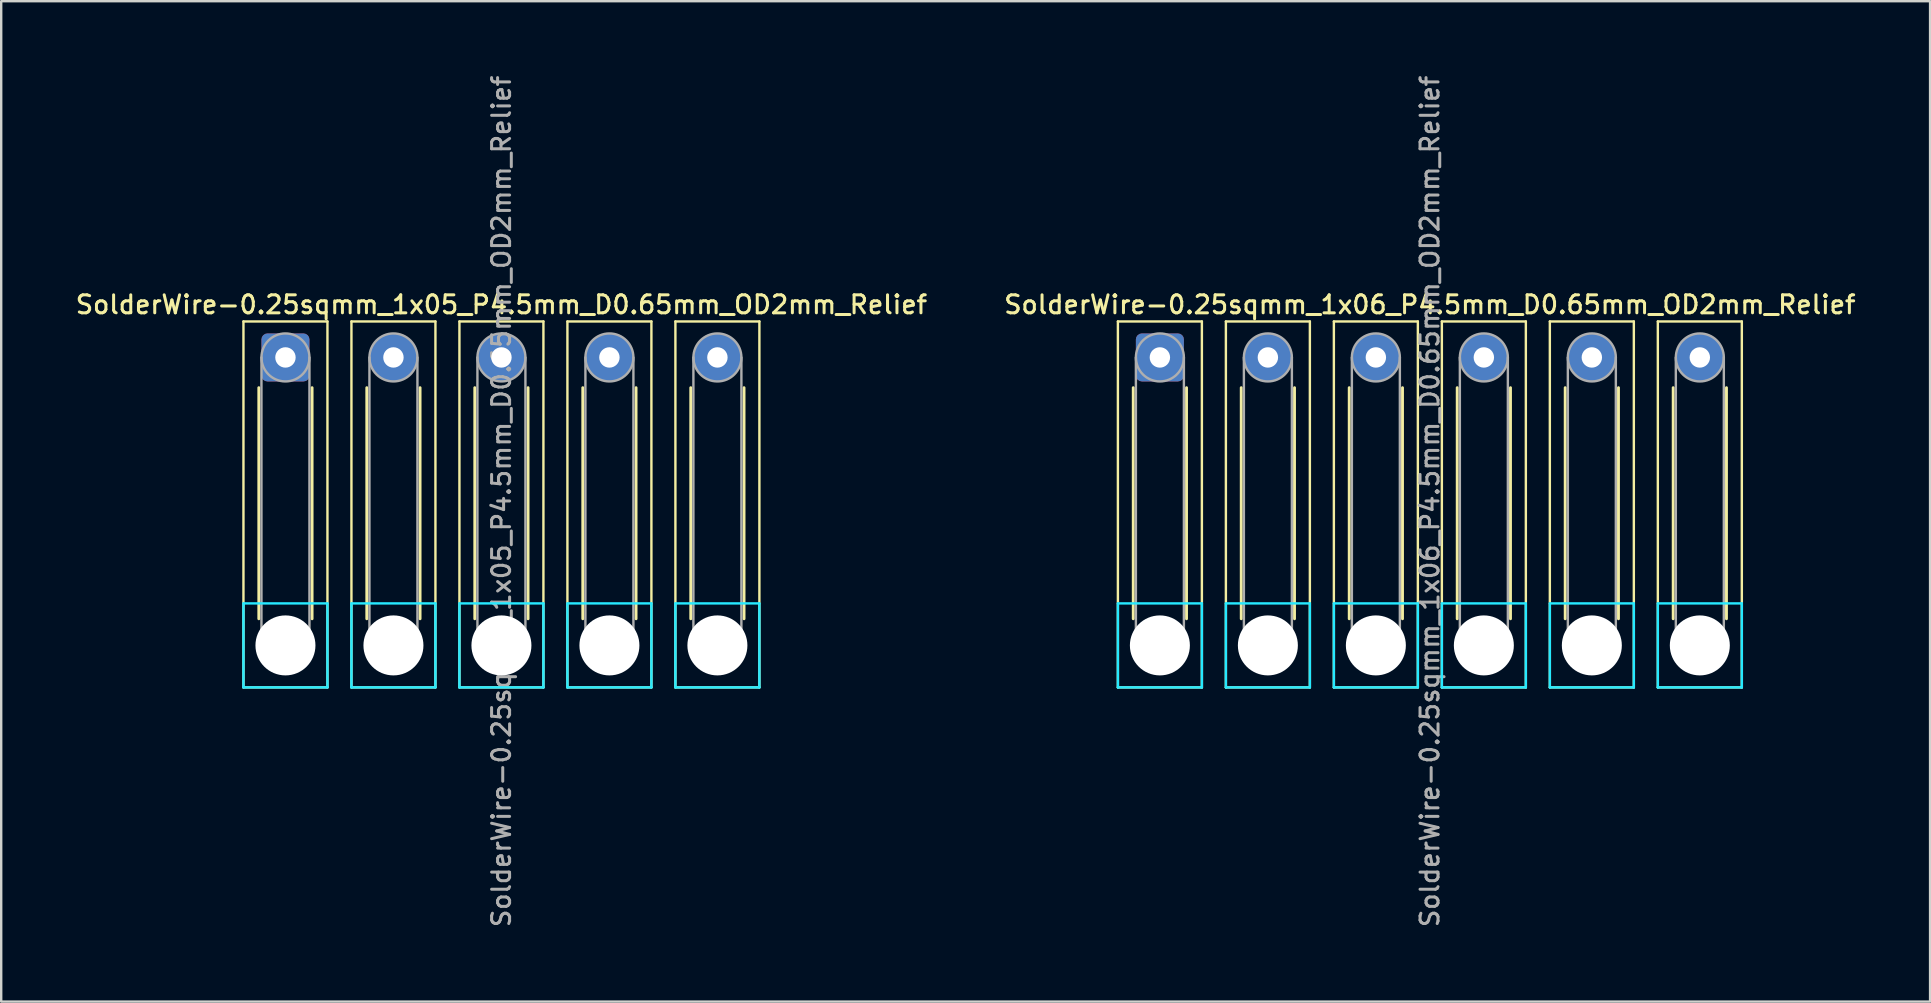
<source format=kicad_pcb>
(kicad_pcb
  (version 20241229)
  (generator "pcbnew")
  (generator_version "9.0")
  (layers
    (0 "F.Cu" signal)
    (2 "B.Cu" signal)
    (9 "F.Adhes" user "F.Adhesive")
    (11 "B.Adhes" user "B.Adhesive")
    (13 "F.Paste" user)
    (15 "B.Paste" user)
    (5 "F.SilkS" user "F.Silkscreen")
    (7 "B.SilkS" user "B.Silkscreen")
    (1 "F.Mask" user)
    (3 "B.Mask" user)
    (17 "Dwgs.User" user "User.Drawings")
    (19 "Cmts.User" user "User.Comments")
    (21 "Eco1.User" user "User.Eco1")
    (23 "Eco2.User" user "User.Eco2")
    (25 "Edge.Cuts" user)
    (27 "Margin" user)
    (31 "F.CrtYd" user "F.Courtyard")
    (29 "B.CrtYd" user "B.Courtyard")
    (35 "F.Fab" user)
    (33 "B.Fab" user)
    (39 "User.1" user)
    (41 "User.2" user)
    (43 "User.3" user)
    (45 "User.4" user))
  (footprint "SolderWire-0.25sqmm_1x06_P4.5mm_D0.65mm_OD2mm_Relief"
    (layer "F.Cu")
    (at 45.284 11.845)
    (property "Reference" "SolderWire-0.25sqmm_1x06_P4.5mm_D0.65mm_OD2mm_Relief" (at 11.25 -2.2 0) (layer "F.SilkS") (effects (font (size 0.75 0.75) (thickness 0.125))))
    (attr exclude_from_pos_files exclude_from_bom)
    (fp_line (start -1.75 -1.5) (end -1.75 13.75) (stroke (width 0.1) (type solid)) (layer "F.SilkS"))
    (fp_line (start -1.75 13.75) (end 1.75 13.75) (stroke (width 0.1) (type solid)) (layer "F.SilkS"))
    (fp_line (start -1.11 1.26) (end -1.11 10.89) (stroke (width 0.12) (type solid)) (layer "F.SilkS"))
    (fp_line (start 1.11 1.26) (end 1.11 10.89) (stroke (width 0.12) (type solid)) (layer "F.SilkS"))
    (fp_line (start 1.75 -1.5) (end -1.75 -1.5) (stroke (width 0.1) (type solid)) (layer "F.SilkS"))
    (fp_line (start 1.75 13.75) (end 1.75 -1.5) (stroke (width 0.1) (type solid)) (layer "F.SilkS"))
    (fp_line (start 2.75 -1.5) (end 2.75 13.75) (stroke (width 0.1) (type solid)) (layer "F.SilkS"))
    (fp_line (start 2.75 13.75) (end 6.25 13.75) (stroke (width 0.1) (type solid)) (layer "F.SilkS"))
    (fp_line (start 3.39 1.26) (end 3.39 10.89) (stroke (width 0.12) (type solid)) (layer "F.SilkS"))
    (fp_line (start 5.61 1.26) (end 5.61 10.89) (stroke (width 0.12) (type solid)) (layer "F.SilkS"))
    (fp_line (start 6.25 -1.5) (end 2.75 -1.5) (stroke (width 0.1) (type solid)) (layer "F.SilkS"))
    (fp_line (start 6.25 13.75) (end 6.25 -1.5) (stroke (width 0.1) (type solid)) (layer "F.SilkS"))
    (fp_line (start 7.25 -1.5) (end 7.25 13.75) (stroke (width 0.1) (type solid)) (layer "F.SilkS"))
    (fp_line (start 7.25 13.75) (end 10.75 13.75) (stroke (width 0.1) (type solid)) (layer "F.SilkS"))
    (fp_line (start 7.89 1.26) (end 7.89 10.89) (stroke (width 0.12) (type solid)) (layer "F.SilkS"))
    (fp_line (start 10.11 1.26) (end 10.11 10.89) (stroke (width 0.12) (type solid)) (layer "F.SilkS"))
    (fp_line (start 10.75 -1.5) (end 7.25 -1.5) (stroke (width 0.1) (type solid)) (layer "F.SilkS"))
    (fp_line (start 10.75 13.75) (end 10.75 -1.5) (stroke (width 0.1) (type solid)) (layer "F.SilkS"))
    (fp_line (start 11.75 -1.5) (end 11.75 13.75) (stroke (width 0.1) (type solid)) (layer "F.SilkS"))
    (fp_line (start 11.75 13.75) (end 15.25 13.75) (stroke (width 0.1) (type solid)) (layer "F.SilkS"))
    (fp_line (start 12.39 1.26) (end 12.39 10.89) (stroke (width 0.12) (type solid)) (layer "F.SilkS"))
    (fp_line (start 14.61 1.26) (end 14.61 10.89) (stroke (width 0.12) (type solid)) (layer "F.SilkS"))
    (fp_line (start 15.25 -1.5) (end 11.75 -1.5) (stroke (width 0.1) (type solid)) (layer "F.SilkS"))
    (fp_line (start 15.25 13.75) (end 15.25 -1.5) (stroke (width 0.1) (type solid)) (layer "F.SilkS"))
    (fp_line (start 16.25 -1.5) (end 16.25 13.75) (stroke (width 0.1) (type solid)) (layer "F.SilkS"))
    (fp_line (start 16.25 13.75) (end 19.75 13.75) (stroke (width 0.1) (type solid)) (layer "F.SilkS"))
    (fp_line (start 16.89 1.26) (end 16.89 10.89) (stroke (width 0.12) (type solid)) (layer "F.SilkS"))
    (fp_line (start 19.11 1.26) (end 19.11 10.89) (stroke (width 0.12) (type solid)) (layer "F.SilkS"))
    (fp_line (start 19.75 -1.5) (end 16.25 -1.5) (stroke (width 0.1) (type solid)) (layer "F.SilkS"))
    (fp_line (start 19.75 13.75) (end 19.75 -1.5) (stroke (width 0.1) (type solid)) (layer "F.SilkS"))
    (fp_line (start 20.75 -1.5) (end 20.75 13.75) (stroke (width 0.1) (type solid)) (layer "F.SilkS"))
    (fp_line (start 20.75 13.75) (end 24.25 13.75) (stroke (width 0.1) (type solid)) (layer "F.SilkS"))
    (fp_line (start 21.39 1.26) (end 21.39 10.89) (stroke (width 0.12) (type solid)) (layer "F.SilkS"))
    (fp_line (start 23.61 1.26) (end 23.61 10.89) (stroke (width 0.12) (type solid)) (layer "F.SilkS"))
    (fp_line (start 24.25 -1.5) (end 20.75 -1.5) (stroke (width 0.1) (type solid)) (layer "F.SilkS"))
    (fp_line (start 24.25 13.75) (end 24.25 -1.5) (stroke (width 0.1) (type solid)) (layer "F.SilkS"))
    (fp_line (start -1.75 10.25) (end -1.75 13.75) (stroke (width 0.1) (type solid)) (layer "B.CrtYd"))
    (fp_line (start -1.75 13.75) (end 1.75 13.75) (stroke (width 0.1) (type solid)) (layer "B.CrtYd"))
    (fp_line (start 1.75 10.25) (end -1.75 10.25) (stroke (width 0.1) (type solid)) (layer "B.CrtYd"))
    (fp_line (start 1.75 13.75) (end 1.75 10.25) (stroke (width 0.1) (type solid)) (layer "B.CrtYd"))
    (fp_line (start 2.75 10.25) (end 2.75 13.75) (stroke (width 0.1) (type solid)) (layer "B.CrtYd"))
    (fp_line (start 2.75 13.75) (end 6.25 13.75) (stroke (width 0.1) (type solid)) (layer "B.CrtYd"))
    (fp_line (start 6.25 10.25) (end 2.75 10.25) (stroke (width 0.1) (type solid)) (layer "B.CrtYd"))
    (fp_line (start 6.25 13.75) (end 6.25 10.25) (stroke (width 0.1) (type solid)) (layer "B.CrtYd"))
    (fp_line (start 7.25 10.25) (end 7.25 13.75) (stroke (width 0.1) (type solid)) (layer "B.CrtYd"))
    (fp_line (start 7.25 13.75) (end 10.75 13.75) (stroke (width 0.1) (type solid)) (layer "B.CrtYd"))
    (fp_line (start 10.75 10.25) (end 7.25 10.25) (stroke (width 0.1) (type solid)) (layer "B.CrtYd"))
    (fp_line (start 10.75 13.75) (end 10.75 10.25) (stroke (width 0.1) (type solid)) (layer "B.CrtYd"))
    (fp_line (start 11.75 10.25) (end 11.75 13.75) (stroke (width 0.1) (type solid)) (layer "B.CrtYd"))
    (fp_line (start 11.75 13.75) (end 15.25 13.75) (stroke (width 0.1) (type solid)) (layer "B.CrtYd"))
    (fp_line (start 15.25 10.25) (end 11.75 10.25) (stroke (width 0.1) (type solid)) (layer "B.CrtYd"))
    (fp_line (start 15.25 13.75) (end 15.25 10.25) (stroke (width 0.1) (type solid)) (layer "B.CrtYd"))
    (fp_line (start 16.25 10.25) (end 16.25 13.75) (stroke (width 0.1) (type solid)) (layer "B.CrtYd"))
    (fp_line (start 16.25 13.75) (end 19.75 13.75) (stroke (width 0.1) (type solid)) (layer "B.CrtYd"))
    (fp_line (start 19.75 10.25) (end 16.25 10.25) (stroke (width 0.1) (type solid)) (layer "B.CrtYd"))
    (fp_line (start 19.75 13.75) (end 19.75 10.25) (stroke (width 0.1) (type solid)) (layer "B.CrtYd"))
    (fp_line (start 20.75 10.25) (end 20.75 13.75) (stroke (width 0.1) (type solid)) (layer "B.CrtYd"))
    (fp_line (start 20.75 13.75) (end 24.25 13.75) (stroke (width 0.1) (type solid)) (layer "B.CrtYd"))
    (fp_line (start 24.25 10.25) (end 20.75 10.25) (stroke (width 0.1) (type solid)) (layer "B.CrtYd"))
    (fp_line (start 24.25 13.75) (end 24.25 10.25) (stroke (width 0.1) (type solid)) (layer "B.CrtYd"))
    (fp_line (start -1 0) (end -1 12) (stroke (width 0.1) (type solid)) (layer "F.Fab"))
    (fp_line (start 1 0) (end 1 12) (stroke (width 0.1) (type solid)) (layer "F.Fab"))
    (fp_line (start 3.5 0) (end 3.5 12) (stroke (width 0.1) (type solid)) (layer "F.Fab"))
    (fp_line (start 5.5 0) (end 5.5 12) (stroke (width 0.1) (type solid)) (layer "F.Fab"))
    (fp_line (start 8 0) (end 8 12) (stroke (width 0.1) (type solid)) (layer "F.Fab"))
    (fp_line (start 10 0) (end 10 12) (stroke (width 0.1) (type solid)) (layer "F.Fab"))
    (fp_line (start 12.5 0) (end 12.5 12) (stroke (width 0.1) (type solid)) (layer "F.Fab"))
    (fp_line (start 14.5 0) (end 14.5 12) (stroke (width 0.1) (type solid)) (layer "F.Fab"))
    (fp_line (start 17 0) (end 17 12) (stroke (width 0.1) (type solid)) (layer "F.Fab"))
    (fp_line (start 19 0) (end 19 12) (stroke (width 0.1) (type solid)) (layer "F.Fab"))
    (fp_line (start 21.5 0) (end 21.5 12) (stroke (width 0.1) (type solid)) (layer "F.Fab"))
    (fp_line (start 23.5 0) (end 23.5 12) (stroke (width 0.1) (type solid)) (layer "F.Fab"))
    (fp_circle (center 0 0) (end 1 0) (stroke (width 0.1) (type solid)) (fill no) (layer "F.Fab"))
    (fp_circle (center 0 12) (end 1 12) (stroke (width 0.1) (type solid)) (fill no) (layer "F.Fab"))
    (fp_circle (center 4.5 0) (end 5.5 0) (stroke (width 0.1) (type solid)) (fill no) (layer "F.Fab"))
    (fp_circle (center 4.5 12) (end 5.5 12) (stroke (width 0.1) (type solid)) (fill no) (layer "F.Fab"))
    (fp_circle (center 9 0) (end 10 0) (stroke (width 0.1) (type solid)) (fill no) (layer "F.Fab"))
    (fp_circle (center 9 12) (end 10 12) (stroke (width 0.1) (type solid)) (fill no) (layer "F.Fab"))
    (fp_circle (center 13.5 0) (end 14.5 0) (stroke (width 0.1) (type solid)) (fill no) (layer "F.Fab"))
    (fp_circle (center 13.5 12) (end 14.5 12) (stroke (width 0.1) (type solid)) (fill no) (layer "F.Fab"))
    (fp_circle (center 18 0) (end 19 0) (stroke (width 0.1) (type solid)) (fill no) (layer "F.Fab"))
    (fp_circle (center 18 12) (end 19 12) (stroke (width 0.1) (type solid)) (fill no) (layer "F.Fab"))
    (fp_circle (center 22.5 0) (end 23.5 0) (stroke (width 0.1) (type solid)) (fill no) (layer "F.Fab"))
    (fp_circle (center 22.5 12) (end 23.5 12) (stroke (width 0.1) (type solid)) (fill no) (layer "F.Fab"))
    (fp_text user "${REFERENCE}" (at 11.25 6 90) (layer "F.Fab") (effects (font (size 0.75 0.75) (thickness 0.125))))
    (pad "" np_thru_hole circle (at 0 12) (size 2.5 2.5) (drill 2.5) (layers "*.Cu" "*.Mask"))
    (pad "" np_thru_hole circle (at 4.5 12) (size 2.5 2.5) (drill 2.5) (layers "*.Cu" "*.Mask"))
    (pad "" np_thru_hole circle (at 9 12) (size 2.5 2.5) (drill 2.5) (layers "*.Cu" "*.Mask"))
    (pad "" np_thru_hole circle (at 13.5 12) (size 2.5 2.5) (drill 2.5) (layers "*.Cu" "*.Mask"))
    (pad "" np_thru_hole circle (at 18 12) (size 2.5 2.5) (drill 2.5) (layers "*.Cu" "*.Mask"))
    (pad "" np_thru_hole circle (at 22.5 12) (size 2.5 2.5) (drill 2.5) (layers "*.Cu" "*.Mask"))
    (pad "1" thru_hole roundrect (at 0 0) (size 2 2) (drill 0.85) (layers "*.Cu" "*.Mask") (roundrect_rratio 0.125))
    (pad "2" thru_hole circle (at 4.5 0) (size 2 2) (drill 0.85) (layers "*.Cu" "*.Mask"))
    (pad "3" thru_hole circle (at 9 0) (size 2 2) (drill 0.85) (layers "*.Cu" "*.Mask"))
    (pad "4" thru_hole circle (at 13.5 0) (size 2 2) (drill 0.85) (layers "*.Cu" "*.Mask"))
    (pad "5" thru_hole circle (at 18 0) (size 2 2) (drill 0.85) (layers "*.Cu" "*.Mask"))
    (pad "6" thru_hole circle (at 22.5 0) (size 2 2) (drill 0.85) (layers "*.Cu" "*.Mask")))
  (footprint "SolderWire-0.25sqmm_1x05_P4.5mm_D0.65mm_OD2mm_Relief"
    (layer "F.Cu")
    (at 8.845 11.845)
    (property "Reference" "SolderWire-0.25sqmm_1x05_P4.5mm_D0.65mm_OD2mm_Relief" (at 9 -2.2 0) (layer "F.SilkS") (effects (font (size 0.75 0.75) (thickness 0.125))))
    (attr exclude_from_pos_files exclude_from_bom)
    (fp_line (start -1.75 -1.5) (end -1.75 13.75) (stroke (width 0.1) (type solid)) (layer "F.SilkS"))
    (fp_line (start -1.75 13.75) (end 1.75 13.75) (stroke (width 0.1) (type solid)) (layer "F.SilkS"))
    (fp_line (start -1.11 1.26) (end -1.11 10.89) (stroke (width 0.12) (type solid)) (layer "F.SilkS"))
    (fp_line (start 1.11 1.26) (end 1.11 10.89) (stroke (width 0.12) (type solid)) (layer "F.SilkS"))
    (fp_line (start 1.75 -1.5) (end -1.75 -1.5) (stroke (width 0.1) (type solid)) (layer "F.SilkS"))
    (fp_line (start 1.75 13.75) (end 1.75 -1.5) (stroke (width 0.1) (type solid)) (layer "F.SilkS"))
    (fp_line (start 2.75 -1.5) (end 2.75 13.75) (stroke (width 0.1) (type solid)) (layer "F.SilkS"))
    (fp_line (start 2.75 13.75) (end 6.25 13.75) (stroke (width 0.1) (type solid)) (layer "F.SilkS"))
    (fp_line (start 3.39 1.26) (end 3.39 10.89) (stroke (width 0.12) (type solid)) (layer "F.SilkS"))
    (fp_line (start 5.61 1.26) (end 5.61 10.89) (stroke (width 0.12) (type solid)) (layer "F.SilkS"))
    (fp_line (start 6.25 -1.5) (end 2.75 -1.5) (stroke (width 0.1) (type solid)) (layer "F.SilkS"))
    (fp_line (start 6.25 13.75) (end 6.25 -1.5) (stroke (width 0.1) (type solid)) (layer "F.SilkS"))
    (fp_line (start 7.25 -1.5) (end 7.25 13.75) (stroke (width 0.1) (type solid)) (layer "F.SilkS"))
    (fp_line (start 7.25 13.75) (end 10.75 13.75) (stroke (width 0.1) (type solid)) (layer "F.SilkS"))
    (fp_line (start 7.89 1.26) (end 7.89 10.89) (stroke (width 0.12) (type solid)) (layer "F.SilkS"))
    (fp_line (start 10.11 1.26) (end 10.11 10.89) (stroke (width 0.12) (type solid)) (layer "F.SilkS"))
    (fp_line (start 10.75 -1.5) (end 7.25 -1.5) (stroke (width 0.1) (type solid)) (layer "F.SilkS"))
    (fp_line (start 10.75 13.75) (end 10.75 -1.5) (stroke (width 0.1) (type solid)) (layer "F.SilkS"))
    (fp_line (start 11.75 -1.5) (end 11.75 13.75) (stroke (width 0.1) (type solid)) (layer "F.SilkS"))
    (fp_line (start 11.75 13.75) (end 15.25 13.75) (stroke (width 0.1) (type solid)) (layer "F.SilkS"))
    (fp_line (start 12.39 1.26) (end 12.39 10.89) (stroke (width 0.12) (type solid)) (layer "F.SilkS"))
    (fp_line (start 14.61 1.26) (end 14.61 10.89) (stroke (width 0.12) (type solid)) (layer "F.SilkS"))
    (fp_line (start 15.25 -1.5) (end 11.75 -1.5) (stroke (width 0.1) (type solid)) (layer "F.SilkS"))
    (fp_line (start 15.25 13.75) (end 15.25 -1.5) (stroke (width 0.1) (type solid)) (layer "F.SilkS"))
    (fp_line (start 16.25 -1.5) (end 16.25 13.75) (stroke (width 0.1) (type solid)) (layer "F.SilkS"))
    (fp_line (start 16.25 13.75) (end 19.75 13.75) (stroke (width 0.1) (type solid)) (layer "F.SilkS"))
    (fp_line (start 16.89 1.26) (end 16.89 10.89) (stroke (width 0.12) (type solid)) (layer "F.SilkS"))
    (fp_line (start 19.11 1.26) (end 19.11 10.89) (stroke (width 0.12) (type solid)) (layer "F.SilkS"))
    (fp_line (start 19.75 -1.5) (end 16.25 -1.5) (stroke (width 0.1) (type solid)) (layer "F.SilkS"))
    (fp_line (start 19.75 13.75) (end 19.75 -1.5) (stroke (width 0.1) (type solid)) (layer "F.SilkS"))
    (fp_line (start -1.75 10.25) (end -1.75 13.75) (stroke (width 0.1) (type solid)) (layer "B.CrtYd"))
    (fp_line (start -1.75 13.75) (end 1.75 13.75) (stroke (width 0.1) (type solid)) (layer "B.CrtYd"))
    (fp_line (start 1.75 10.25) (end -1.75 10.25) (stroke (width 0.1) (type solid)) (layer "B.CrtYd"))
    (fp_line (start 1.75 13.75) (end 1.75 10.25) (stroke (width 0.1) (type solid)) (layer "B.CrtYd"))
    (fp_line (start 2.75 10.25) (end 2.75 13.75) (stroke (width 0.1) (type solid)) (layer "B.CrtYd"))
    (fp_line (start 2.75 13.75) (end 6.25 13.75) (stroke (width 0.1) (type solid)) (layer "B.CrtYd"))
    (fp_line (start 6.25 10.25) (end 2.75 10.25) (stroke (width 0.1) (type solid)) (layer "B.CrtYd"))
    (fp_line (start 6.25 13.75) (end 6.25 10.25) (stroke (width 0.1) (type solid)) (layer "B.CrtYd"))
    (fp_line (start 7.25 10.25) (end 7.25 13.75) (stroke (width 0.1) (type solid)) (layer "B.CrtYd"))
    (fp_line (start 7.25 13.75) (end 10.75 13.75) (stroke (width 0.1) (type solid)) (layer "B.CrtYd"))
    (fp_line (start 10.75 10.25) (end 7.25 10.25) (stroke (width 0.1) (type solid)) (layer "B.CrtYd"))
    (fp_line (start 10.75 13.75) (end 10.75 10.25) (stroke (width 0.1) (type solid)) (layer "B.CrtYd"))
    (fp_line (start 11.75 10.25) (end 11.75 13.75) (stroke (width 0.1) (type solid)) (layer "B.CrtYd"))
    (fp_line (start 11.75 13.75) (end 15.25 13.75) (stroke (width 0.1) (type solid)) (layer "B.CrtYd"))
    (fp_line (start 15.25 10.25) (end 11.75 10.25) (stroke (width 0.1) (type solid)) (layer "B.CrtYd"))
    (fp_line (start 15.25 13.75) (end 15.25 10.25) (stroke (width 0.1) (type solid)) (layer "B.CrtYd"))
    (fp_line (start 16.25 10.25) (end 16.25 13.75) (stroke (width 0.1) (type solid)) (layer "B.CrtYd"))
    (fp_line (start 16.25 13.75) (end 19.75 13.75) (stroke (width 0.1) (type solid)) (layer "B.CrtYd"))
    (fp_line (start 19.75 10.25) (end 16.25 10.25) (stroke (width 0.1) (type solid)) (layer "B.CrtYd"))
    (fp_line (start 19.75 13.75) (end 19.75 10.25) (stroke (width 0.1) (type solid)) (layer "B.CrtYd"))
    (fp_line (start -1 0) (end -1 12) (stroke (width 0.1) (type solid)) (layer "F.Fab"))
    (fp_line (start 1 0) (end 1 12) (stroke (width 0.1) (type solid)) (layer "F.Fab"))
    (fp_line (start 3.5 0) (end 3.5 12) (stroke (width 0.1) (type solid)) (layer "F.Fab"))
    (fp_line (start 5.5 0) (end 5.5 12) (stroke (width 0.1) (type solid)) (layer "F.Fab"))
    (fp_line (start 8 0) (end 8 12) (stroke (width 0.1) (type solid)) (layer "F.Fab"))
    (fp_line (start 10 0) (end 10 12) (stroke (width 0.1) (type solid)) (layer "F.Fab"))
    (fp_line (start 12.5 0) (end 12.5 12) (stroke (width 0.1) (type solid)) (layer "F.Fab"))
    (fp_line (start 14.5 0) (end 14.5 12) (stroke (width 0.1) (type solid)) (layer "F.Fab"))
    (fp_line (start 17 0) (end 17 12) (stroke (width 0.1) (type solid)) (layer "F.Fab"))
    (fp_line (start 19 0) (end 19 12) (stroke (width 0.1) (type solid)) (layer "F.Fab"))
    (fp_circle (center 0 0) (end 1 0) (stroke (width 0.1) (type solid)) (fill no) (layer "F.Fab"))
    (fp_circle (center 0 12) (end 1 12) (stroke (width 0.1) (type solid)) (fill no) (layer "F.Fab"))
    (fp_circle (center 4.5 0) (end 5.5 0) (stroke (width 0.1) (type solid)) (fill no) (layer "F.Fab"))
    (fp_circle (center 4.5 12) (end 5.5 12) (stroke (width 0.1) (type solid)) (fill no) (layer "F.Fab"))
    (fp_circle (center 9 0) (end 10 0) (stroke (width 0.1) (type solid)) (fill no) (layer "F.Fab"))
    (fp_circle (center 9 12) (end 10 12) (stroke (width 0.1) (type solid)) (fill no) (layer "F.Fab"))
    (fp_circle (center 13.5 0) (end 14.5 0) (stroke (width 0.1) (type solid)) (fill no) (layer "F.Fab"))
    (fp_circle (center 13.5 12) (end 14.5 12) (stroke (width 0.1) (type solid)) (fill no) (layer "F.Fab"))
    (fp_circle (center 18 0) (end 19 0) (stroke (width 0.1) (type solid)) (fill no) (layer "F.Fab"))
    (fp_circle (center 18 12) (end 19 12) (stroke (width 0.1) (type solid)) (fill no) (layer "F.Fab"))
    (fp_text user "${REFERENCE}" (at 9 6 90) (layer "F.Fab") (effects (font (size 0.75 0.75) (thickness 0.125))))
    (pad "" np_thru_hole circle (at 0 12) (size 2.5 2.5) (drill 2.5) (layers "*.Cu" "*.Mask"))
    (pad "" np_thru_hole circle (at 4.5 12) (size 2.5 2.5) (drill 2.5) (layers "*.Cu" "*.Mask"))
    (pad "" np_thru_hole circle (at 9 12) (size 2.5 2.5) (drill 2.5) (layers "*.Cu" "*.Mask"))
    (pad "" np_thru_hole circle (at 13.5 12) (size 2.5 2.5) (drill 2.5) (layers "*.Cu" "*.Mask"))
    (pad "" np_thru_hole circle (at 18 12) (size 2.5 2.5) (drill 2.5) (layers "*.Cu" "*.Mask"))
    (pad "1" thru_hole roundrect (at 0 0) (size 2 2) (drill 0.85) (layers "*.Cu" "*.Mask") (roundrect_rratio 0.125))
    (pad "2" thru_hole circle (at 4.5 0) (size 2 2) (drill 0.85) (layers "*.Cu" "*.Mask"))
    (pad "3" thru_hole circle (at 9 0) (size 2 2) (drill 0.85) (layers "*.Cu" "*.Mask"))
    (pad "4" thru_hole circle (at 13.5 0) (size 2 2) (drill 0.85) (layers "*.Cu" "*.Mask"))
    (pad "5" thru_hole circle (at 18 0) (size 2 2) (drill 0.85) (layers "*.Cu" "*.Mask")))
  (gr_rect
    (start -3 -3)
    (end 77.379 38.689)
    (stroke (width 0.1) (type default))
    (fill no)
    (layer "Edge.Cuts")))
</source>
